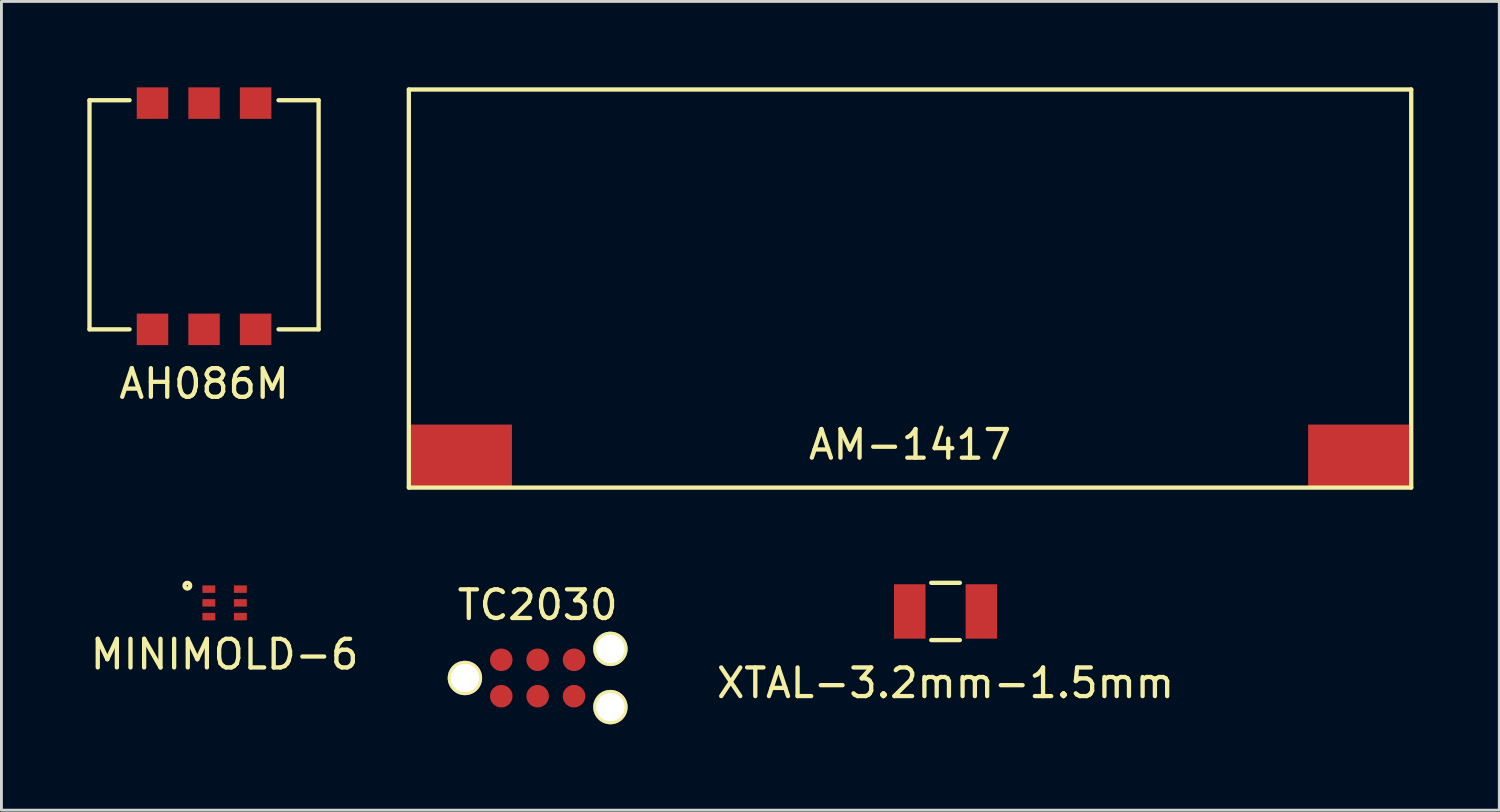
<source format=kicad_pcb>
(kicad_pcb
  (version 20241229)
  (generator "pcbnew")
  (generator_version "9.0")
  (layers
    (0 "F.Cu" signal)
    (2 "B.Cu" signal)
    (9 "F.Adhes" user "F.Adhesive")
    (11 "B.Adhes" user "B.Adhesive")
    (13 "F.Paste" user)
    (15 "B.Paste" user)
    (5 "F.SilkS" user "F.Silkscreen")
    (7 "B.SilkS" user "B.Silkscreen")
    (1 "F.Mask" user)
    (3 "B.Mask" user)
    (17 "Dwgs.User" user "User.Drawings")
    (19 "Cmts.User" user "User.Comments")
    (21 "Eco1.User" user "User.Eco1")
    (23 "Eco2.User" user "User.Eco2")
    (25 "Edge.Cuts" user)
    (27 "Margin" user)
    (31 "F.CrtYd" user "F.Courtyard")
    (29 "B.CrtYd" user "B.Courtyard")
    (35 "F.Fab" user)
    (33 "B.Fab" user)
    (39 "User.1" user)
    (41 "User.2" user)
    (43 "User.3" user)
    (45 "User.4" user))
  (footprint "XTAL-3.2mm-1.5mm"
    (layer "F.Cu")
    (at 29.965 18.3)
    (property "Reference" "XTAL-3.2mm-1.5mm" (at 0 2.5 0) (layer "F.SilkS") (effects (font (size 1 1) (thickness 0.15))))
    (attr through_hole)
    (fp_line (start -0.5 -1) (end 0.5 -1) (stroke (width 0.15) (type solid)) (layer "F.SilkS"))
    (fp_line (start 0.5 1) (end -0.5 1) (stroke (width 0.15) (type solid)) (layer "F.SilkS"))
    (pad "1" smd rect (at -1.25 0) (size 1.1 1.9) (layers "F.Cu" "F.Mask" "F.Paste"))
    (pad "2" smd rect (at 1.25 0) (size 1.1 1.9) (layers "F.Cu" "F.Mask" "F.Paste")))
  (footprint "AH086M"
    (layer "F.Cu")
    (at 4.075 8.45)
    (property "Reference" "AH086M" (at 0 1.9 0) (layer "F.SilkS") (effects (font (size 1 1) (thickness 0.15))))
    (attr through_hole)
    (fp_line (start -4 -8) (end -2.6 -8) (stroke (width 0.15) (type solid)) (layer "F.SilkS"))
    (fp_line (start -4 0) (end -4 -8) (stroke (width 0.15) (type solid)) (layer "F.SilkS"))
    (fp_line (start -2.6 0) (end -4 0) (stroke (width 0.15) (type solid)) (layer "F.SilkS"))
    (fp_line (start 2.6 -8) (end 4 -8) (stroke (width 0.15) (type solid)) (layer "F.SilkS"))
    (fp_line (start 4 -8) (end 4 0) (stroke (width 0.15) (type solid)) (layer "F.SilkS"))
    (fp_line (start 4 0) (end 2.6 0) (stroke (width 0.15) (type solid)) (layer "F.SilkS"))
    (pad "1" smd rect (at 0 0) (size 1.1 1.1) (layers "F.Cu" "F.Mask" "F.Paste"))
    (pad "~" smd rect (at -1.8 -7.9) (size 1.1 1.1) (layers "F.Cu" "F.Mask" "F.Paste"))
    (pad "~" smd rect (at -1.8 0) (size 1.1 1.1) (layers "F.Cu" "F.Mask" "F.Paste"))
    (pad "~" smd rect (at 0 -7.9) (size 1.1 1.1) (layers "F.Cu" "F.Mask" "F.Paste"))
    (pad "~" smd rect (at 1.8 -7.9) (size 1.1 1.1) (layers "F.Cu" "F.Mask" "F.Paste"))
    (pad "~" smd rect (at 1.8 0) (size 1.1 1.1) (layers "F.Cu" "F.Mask" "F.Paste")))
  (footprint "AM-1417"
    (layer "F.Cu")
    (at 28.725 13.975)
    (property "Reference" "AM-1417" (at 0 -1.5 0) (layer "F.SilkS") (effects (font (size 1 1) (thickness 0.15))))
    (attr through_hole)
    (fp_line (start -17.5 -13.9) (end -17.5 0) (stroke (width 0.15) (type solid)) (layer "F.SilkS"))
    (fp_line (start -17.5 0) (end 17.5 0) (stroke (width 0.15) (type solid)) (layer "F.SilkS"))
    (fp_line (start 17.5 -13.9) (end -17.5 -13.9) (stroke (width 0.15) (type solid)) (layer "F.SilkS"))
    (fp_line (start 17.5 0) (end 17.5 -13.9) (stroke (width 0.15) (type solid)) (layer "F.SilkS"))
    (pad "1" smd rect (at 15.7 -1.1) (size 3.6 2.2) (layers "F.Cu" "F.Mask" "F.Paste"))
    (pad "2" smd rect (at -15.7 -1.1) (size 3.6 2.2) (layers "F.Cu" "F.Mask" "F.Paste")))
  (footprint "MINIMOLD-6"
    (layer "F.Cu")
    (at 4.792 18)
    (property "Reference" "MINIMOLD-6" (at 0 1.8 0) (layer "F.SilkS") (effects (font (size 1 1) (thickness 0.15))))
    (attr through_hole)
    (fp_circle (center -1.3 -0.6) (end -1.2 -0.6) (stroke (width 0.15) (type solid)) (fill no) (layer "F.SilkS"))
    (pad "1" smd rect (at -0.55 -0.48) (size 0.45 0.26) (layers "F.Cu" "F.Mask" "F.Paste"))
    (pad "2" smd rect (at -0.55 0) (size 0.45 0.26) (layers "F.Cu" "F.Mask" "F.Paste"))
    (pad "3" smd rect (at -0.55 0.48) (size 0.45 0.26) (layers "F.Cu" "F.Mask" "F.Paste"))
    (pad "4" smd rect (at 0.55 0.48) (size 0.45 0.26) (layers "F.Cu" "F.Mask" "F.Paste"))
    (pad "5" smd rect (at 0.55 0) (size 0.45 0.26) (layers "F.Cu" "F.Mask" "F.Paste"))
    (pad "6" smd rect (at 0.55 -0.48) (size 0.45 0.26) (layers "F.Cu" "F.Mask" "F.Paste")))
  (footprint "TC2030"
    (layer "F.Cu")
    (at 15.723 20.623)
    (property "Reference" "TC2030" (at 0 -2.55 0) (layer "F.SilkS") (effects (font (size 1 1) (thickness 0.15))))
    (attr through_hole)
    (pad "" np_thru_hole circle (at -2.54 0) (size 1.2 1.2) (drill 0.991) (layers "*.Cu" "*.Mask" "F.SilkS"))
    (pad "" np_thru_hole circle (at 2.54 -1.016) (size 1.2 1.2) (drill 0.991) (layers "*.Cu" "*.Mask" "F.SilkS"))
    (pad "" np_thru_hole circle (at 2.54 1.016) (size 1.2 1.2) (drill 0.991) (layers "*.Cu" "*.Mask" "F.SilkS"))
    (pad "1" smd circle (at -1.27 0.635) (size 0.787 0.787) (layers "F.Cu" "F.Mask" "F.Paste"))
    (pad "2" smd circle (at -1.27 -0.635) (size 0.787 0.787) (layers "F.Cu" "F.Mask" "F.Paste"))
    (pad "3" smd circle (at 0 0.635) (size 0.787 0.787) (layers "F.Cu" "F.Mask" "F.Paste"))
    (pad "4" smd circle (at 0 -0.635) (size 0.787 0.787) (layers "F.Cu" "F.Mask" "F.Paste"))
    (pad "5" smd circle (at 1.27 0.635) (size 0.787 0.787) (layers "F.Cu" "F.Mask" "F.Paste"))
    (pad "6" smd circle (at 1.27 -0.635) (size 0.787 0.787) (layers "F.Cu" "F.Mask" "F.Paste")))
  (gr_rect
    (start -3 -3)
    (end 49.3 25.239)
    (stroke (width 0.1) (type default))
    (fill no)
    (layer "Edge.Cuts")))
</source>
